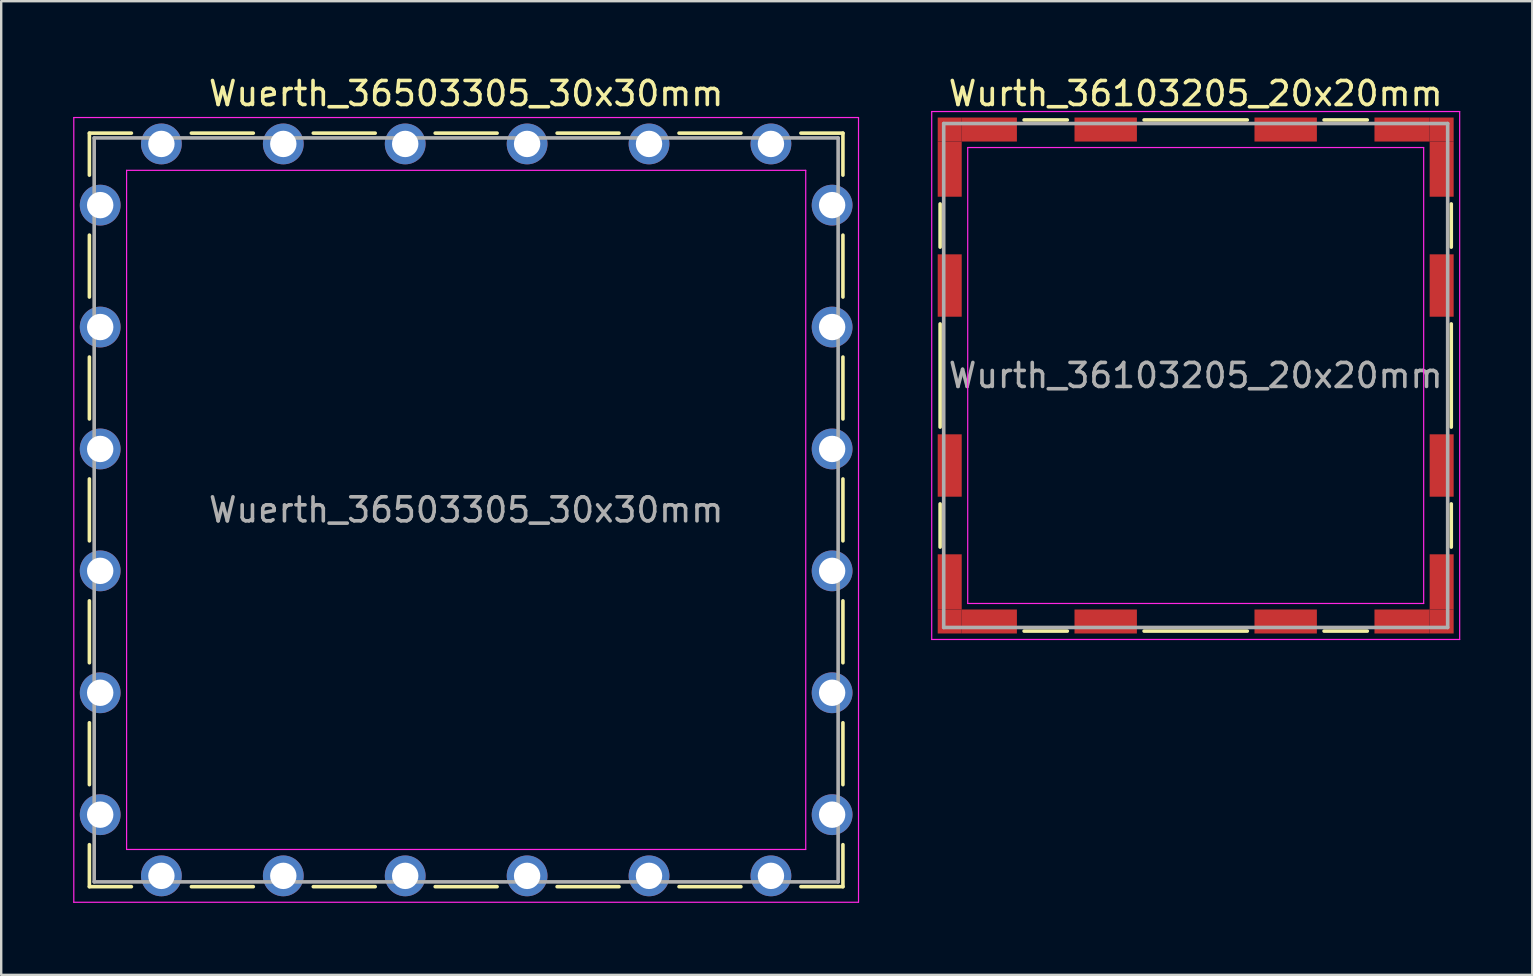
<source format=kicad_pcb>
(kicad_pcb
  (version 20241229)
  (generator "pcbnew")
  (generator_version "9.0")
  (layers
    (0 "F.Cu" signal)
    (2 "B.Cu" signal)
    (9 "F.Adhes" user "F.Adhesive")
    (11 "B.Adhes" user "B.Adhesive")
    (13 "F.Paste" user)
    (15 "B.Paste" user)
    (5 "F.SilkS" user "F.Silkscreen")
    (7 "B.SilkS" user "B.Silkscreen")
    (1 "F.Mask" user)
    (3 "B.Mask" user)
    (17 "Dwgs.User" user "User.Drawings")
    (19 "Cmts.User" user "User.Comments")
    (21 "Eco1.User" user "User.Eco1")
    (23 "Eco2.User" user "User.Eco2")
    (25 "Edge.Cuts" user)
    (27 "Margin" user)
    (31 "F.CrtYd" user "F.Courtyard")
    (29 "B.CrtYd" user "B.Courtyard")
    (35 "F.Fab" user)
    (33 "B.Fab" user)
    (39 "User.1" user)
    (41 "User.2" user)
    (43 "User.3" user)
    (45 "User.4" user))
  (footprint "Wurth_36103205_20x20mm"
    (layer "F.Cu")
    (at 46.775 12.598)
    (property "Reference" "Wurth_36103205_20x20mm" (at 0 -11.75 0) (layer "F.SilkS") (effects (font (size 1 1) (thickness 0.15))))
    (attr smd)
    (fp_line (start -10.65 -7.15) (end -10.65 -5.35) (stroke (width 0.15) (type solid)) (layer "F.SilkS"))
    (fp_line (start -10.65 -2.15) (end -10.65 2.15) (stroke (width 0.15) (type solid)) (layer "F.SilkS"))
    (fp_line (start -10.65 5.35) (end -10.65 7.15) (stroke (width 0.15) (type solid)) (layer "F.SilkS"))
    (fp_line (start -7.15 -10.65) (end -5.35 -10.65) (stroke (width 0.15) (type solid)) (layer "F.SilkS"))
    (fp_line (start -7.15 10.65) (end -5.35 10.65) (stroke (width 0.15) (type solid)) (layer "F.SilkS"))
    (fp_line (start -2.15 -10.65) (end 2.15 -10.65) (stroke (width 0.15) (type solid)) (layer "F.SilkS"))
    (fp_line (start -2.15 10.65) (end 2.15 10.65) (stroke (width 0.15) (type solid)) (layer "F.SilkS"))
    (fp_line (start 5.35 -10.65) (end 7.15 -10.65) (stroke (width 0.15) (type solid)) (layer "F.SilkS"))
    (fp_line (start 5.35 10.65) (end 7.15 10.65) (stroke (width 0.15) (type solid)) (layer "F.SilkS"))
    (fp_line (start 10.65 -7.15) (end 10.65 -5.35) (stroke (width 0.15) (type solid)) (layer "F.SilkS"))
    (fp_line (start 10.65 -2.15) (end 10.65 2.15) (stroke (width 0.15) (type solid)) (layer "F.SilkS"))
    (fp_line (start 10.65 5.35) (end 10.65 7.15) (stroke (width 0.15) (type solid)) (layer "F.SilkS"))
    (fp_line (start -11 -11) (end -11 11) (stroke (width 0.05) (type solid)) (layer "F.CrtYd"))
    (fp_line (start -11 11) (end 11 11) (stroke (width 0.05) (type solid)) (layer "F.CrtYd"))
    (fp_line (start -9.5 -9.5) (end -9.5 9.5) (stroke (width 0.05) (type solid)) (layer "F.CrtYd"))
    (fp_line (start -9.5 9.5) (end 9.5 9.5) (stroke (width 0.05) (type solid)) (layer "F.CrtYd"))
    (fp_line (start 9.5 -9.5) (end -9.5 -9.5) (stroke (width 0.05) (type solid)) (layer "F.CrtYd"))
    (fp_line (start 9.5 9.5) (end 9.5 -9.5) (stroke (width 0.05) (type solid)) (layer "F.CrtYd"))
    (fp_line (start 11 -11) (end -11 -11) (stroke (width 0.05) (type solid)) (layer "F.CrtYd"))
    (fp_line (start 11 11) (end 11 -11) (stroke (width 0.05) (type solid)) (layer "F.CrtYd"))
    (fp_line (start -10.5 -10.5) (end -10.5 10.5) (stroke (width 0.15) (type solid)) (layer "F.Fab"))
    (fp_line (start -10.5 10.5) (end 10.5 10.5) (stroke (width 0.15) (type solid)) (layer "F.Fab"))
    (fp_line (start 10.5 -10.5) (end -10.5 -10.5) (stroke (width 0.15) (type solid)) (layer "F.Fab"))
    (fp_line (start 10.5 10.5) (end 10.5 -10.5) (stroke (width 0.15) (type solid)) (layer "F.Fab"))
    (fp_text user "${REFERENCE}" (at 0 0 0) (layer "F.Fab") (effects (font (size 1 1) (thickness 0.15))))
    (pad "1" smd rect (at -10.25 -10.25) (size 1 1) (layers "F.Cu" "F.Mask"))
    (pad "1" smd rect (at -10.25 -8.6) (size 1 2.3) (layers "F.Cu" "F.Mask"))
    (pad "1" smd rect (at -10.25 -3.75) (size 1 2.6) (layers "F.Cu" "F.Mask"))
    (pad "1" smd rect (at -10.25 3.75) (size 1 2.6) (layers "F.Cu" "F.Mask"))
    (pad "1" smd rect (at -10.25 8.6) (size 1 2.3) (layers "F.Cu" "F.Mask"))
    (pad "1" smd rect (at -10.25 10.25) (size 1 1) (layers "F.Cu" "F.Mask"))
    (pad "1" smd rect (at -8.6 -10.25) (size 2.3 1) (layers "F.Cu" "F.Mask"))
    (pad "1" smd rect (at -8.6 10.25) (size 2.3 1) (layers "F.Cu" "F.Mask"))
    (pad "1" smd rect (at -3.75 -10.25) (size 2.6 1) (layers "F.Cu" "F.Mask"))
    (pad "1" smd rect (at -3.75 10.25) (size 2.6 1) (layers "F.Cu" "F.Mask"))
    (pad "1" smd rect (at 3.75 -10.25) (size 2.6 1) (layers "F.Cu" "F.Mask"))
    (pad "1" smd rect (at 3.75 10.25) (size 2.6 1) (layers "F.Cu" "F.Mask"))
    (pad "1" smd rect (at 8.6 -10.25) (size 2.3 1) (layers "F.Cu" "F.Mask"))
    (pad "1" smd rect (at 8.6 10.25) (size 2.3 1) (layers "F.Cu" "F.Mask"))
    (pad "1" smd rect (at 10.25 -10.25) (size 1 1) (layers "F.Cu" "F.Mask"))
    (pad "1" smd rect (at 10.25 -8.6) (size 1 2.3) (layers "F.Cu" "F.Mask"))
    (pad "1" smd rect (at 10.25 -3.75) (size 1 2.6) (layers "F.Cu" "F.Mask"))
    (pad "1" smd rect (at 10.25 3.75) (size 1 2.6) (layers "F.Cu" "F.Mask"))
    (pad "1" smd rect (at 10.25 8.6) (size 1 2.3) (layers "F.Cu" "F.Mask"))
    (pad "1" smd rect (at 10.25 10.25) (size 1 1) (layers "F.Cu" "F.Mask")))
  (footprint "Wuerth_36503305_30x30mm"
    (layer "F.Cu")
    (at 16.375 18.198)
    (property "Reference" "Wuerth_36503305_30x30mm" (at 0 -17.35 0) (layer "F.SilkS") (effects (font (size 1 1) (thickness 0.15))))
    (attr through_hole)
    (fp_line (start -15.7 -15.7) (end -13.95 -15.7) (stroke (width 0.15) (type solid)) (layer "F.SilkS"))
    (fp_line (start -15.7 -13.95) (end -15.7 -15.7) (stroke (width 0.15) (type solid)) (layer "F.SilkS"))
    (fp_line (start -15.7 -8.87) (end -15.7 -11.45) (stroke (width 0.15) (type solid)) (layer "F.SilkS"))
    (fp_line (start -15.7 -3.79) (end -15.7 -6.37) (stroke (width 0.15) (type solid)) (layer "F.SilkS"))
    (fp_line (start -15.7 -1.29) (end -15.7 1.29) (stroke (width 0.15) (type solid)) (layer "F.SilkS"))
    (fp_line (start -15.7 3.79) (end -15.7 6.37) (stroke (width 0.15) (type solid)) (layer "F.SilkS"))
    (fp_line (start -15.7 8.87) (end -15.7 11.45) (stroke (width 0.15) (type solid)) (layer "F.SilkS"))
    (fp_line (start -15.7 13.95) (end -15.7 15.7) (stroke (width 0.15) (type solid)) (layer "F.SilkS"))
    (fp_line (start -15.7 15.7) (end -13.95 15.7) (stroke (width 0.15) (type solid)) (layer "F.SilkS"))
    (fp_line (start -8.87 -15.7) (end -11.45 -15.7) (stroke (width 0.15) (type solid)) (layer "F.SilkS"))
    (fp_line (start -8.87 15.7) (end -11.45 15.7) (stroke (width 0.15) (type solid)) (layer "F.SilkS"))
    (fp_line (start -3.79 -15.7) (end -6.37 -15.7) (stroke (width 0.15) (type solid)) (layer "F.SilkS"))
    (fp_line (start -3.79 15.7) (end -6.37 15.7) (stroke (width 0.15) (type solid)) (layer "F.SilkS"))
    (fp_line (start 1.29 -15.7) (end -1.29 -15.7) (stroke (width 0.15) (type solid)) (layer "F.SilkS"))
    (fp_line (start 1.29 15.7) (end -1.29 15.7) (stroke (width 0.15) (type solid)) (layer "F.SilkS"))
    (fp_line (start 3.79 -15.7) (end 6.37 -15.7) (stroke (width 0.15) (type solid)) (layer "F.SilkS"))
    (fp_line (start 3.79 15.7) (end 6.37 15.7) (stroke (width 0.15) (type solid)) (layer "F.SilkS"))
    (fp_line (start 8.87 -15.7) (end 11.45 -15.7) (stroke (width 0.15) (type solid)) (layer "F.SilkS"))
    (fp_line (start 8.87 15.7) (end 11.45 15.7) (stroke (width 0.15) (type solid)) (layer "F.SilkS"))
    (fp_line (start 15.7 -15.7) (end 13.95 -15.7) (stroke (width 0.15) (type solid)) (layer "F.SilkS"))
    (fp_line (start 15.7 -13.95) (end 15.7 -15.7) (stroke (width 0.15) (type solid)) (layer "F.SilkS"))
    (fp_line (start 15.7 -8.87) (end 15.7 -11.45) (stroke (width 0.15) (type solid)) (layer "F.SilkS"))
    (fp_line (start 15.7 -3.79) (end 15.7 -6.37) (stroke (width 0.15) (type solid)) (layer "F.SilkS"))
    (fp_line (start 15.7 1.29) (end 15.7 -1.29) (stroke (width 0.15) (type solid)) (layer "F.SilkS"))
    (fp_line (start 15.7 3.79) (end 15.7 6.37) (stroke (width 0.15) (type solid)) (layer "F.SilkS"))
    (fp_line (start 15.7 8.87) (end 15.7 11.45) (stroke (width 0.15) (type solid)) (layer "F.SilkS"))
    (fp_line (start 15.7 13.95) (end 15.7 15.7) (stroke (width 0.15) (type solid)) (layer "F.SilkS"))
    (fp_line (start 15.7 15.7) (end 13.95 15.7) (stroke (width 0.15) (type solid)) (layer "F.SilkS"))
    (fp_line (start -16.35 -16.35) (end -16.35 16.35) (stroke (width 0.05) (type solid)) (layer "F.CrtYd"))
    (fp_line (start -16.35 16.35) (end 16.35 16.35) (stroke (width 0.05) (type solid)) (layer "F.CrtYd"))
    (fp_line (start -14.15 -14.15) (end -14.15 14.15) (stroke (width 0.05) (type solid)) (layer "F.CrtYd"))
    (fp_line (start -14.15 14.15) (end 14.15 14.15) (stroke (width 0.05) (type solid)) (layer "F.CrtYd"))
    (fp_line (start 14.15 -14.15) (end -14.15 -14.15) (stroke (width 0.05) (type solid)) (layer "F.CrtYd"))
    (fp_line (start 14.15 14.15) (end 14.15 -14.15) (stroke (width 0.05) (type solid)) (layer "F.CrtYd"))
    (fp_line (start 16.35 -16.35) (end -16.35 -16.35) (stroke (width 0.05) (type solid)) (layer "F.CrtYd"))
    (fp_line (start 16.35 16.35) (end 16.35 -16.35) (stroke (width 0.05) (type solid)) (layer "F.CrtYd"))
    (fp_line (start -15.5 -15.5) (end -15.5 15.5) (stroke (width 0.15) (type solid)) (layer "F.Fab"))
    (fp_line (start -15.5 15.5) (end 15.5 15.5) (stroke (width 0.15) (type solid)) (layer "F.Fab"))
    (fp_line (start 15.5 -15.5) (end -15.5 -15.5) (stroke (width 0.15) (type solid)) (layer "F.Fab"))
    (fp_line (start 15.5 15.5) (end 15.5 -15.5) (stroke (width 0.15) (type solid)) (layer "F.Fab"))
    (fp_text user "${REFERENCE}" (at 0 0 0) (layer "F.Fab") (effects (font (size 1 1) (thickness 0.15))))
    (pad "1" thru_hole circle (at -15.25 -12.7) (size 1.7 1.7) (drill 1.1) (layers "*.Cu" "*.Mask"))
    (pad "1" thru_hole circle (at -15.25 -7.62) (size 1.7 1.7) (drill 1.1) (layers "*.Cu" "*.Mask"))
    (pad "1" thru_hole circle (at -15.25 -2.54) (size 1.7 1.7) (drill 1.1) (layers "*.Cu" "*.Mask"))
    (pad "1" thru_hole circle (at -15.25 2.54) (size 1.7 1.7) (drill 1.1) (layers "*.Cu" "*.Mask"))
    (pad "1" thru_hole circle (at -15.25 7.62) (size 1.7 1.7) (drill 1.1) (layers "*.Cu" "*.Mask"))
    (pad "1" thru_hole circle (at -15.25 12.7) (size 1.7 1.7) (drill 1.1) (layers "*.Cu" "*.Mask"))
    (pad "1" thru_hole circle (at -12.7 -15.25) (size 1.7 1.7) (drill 1.1) (layers "*.Cu" "*.Mask"))
    (pad "1" thru_hole circle (at -12.7 15.25) (size 1.7 1.7) (drill 1.1) (layers "*.Cu" "*.Mask"))
    (pad "1" thru_hole circle (at -7.62 -15.25) (size 1.7 1.7) (drill 1.1) (layers "*.Cu" "*.Mask"))
    (pad "1" thru_hole circle (at -7.62 15.25) (size 1.7 1.7) (drill 1.1) (layers "*.Cu" "*.Mask"))
    (pad "1" thru_hole circle (at -2.54 -15.25) (size 1.7 1.7) (drill 1.1) (layers "*.Cu" "*.Mask"))
    (pad "1" thru_hole circle (at -2.54 15.25) (size 1.7 1.7) (drill 1.1) (layers "*.Cu" "*.Mask"))
    (pad "1" thru_hole circle (at 2.54 -15.25) (size 1.7 1.7) (drill 1.1) (layers "*.Cu" "*.Mask"))
    (pad "1" thru_hole circle (at 2.54 15.25) (size 1.7 1.7) (drill 1.1) (layers "*.Cu" "*.Mask"))
    (pad "1" thru_hole circle (at 7.62 -15.25) (size 1.7 1.7) (drill 1.1) (layers "*.Cu" "*.Mask"))
    (pad "1" thru_hole circle (at 7.62 15.25) (size 1.7 1.7) (drill 1.1) (layers "*.Cu" "*.Mask"))
    (pad "1" thru_hole circle (at 12.7 -15.25) (size 1.7 1.7) (drill 1.1) (layers "*.Cu" "*.Mask"))
    (pad "1" thru_hole circle (at 12.7 15.25) (size 1.7 1.7) (drill 1.1) (layers "*.Cu" "*.Mask"))
    (pad "1" thru_hole circle (at 15.25 -12.7) (size 1.7 1.7) (drill 1.1) (layers "*.Cu" "*.Mask"))
    (pad "1" thru_hole circle (at 15.25 -7.62) (size 1.7 1.7) (drill 1.1) (layers "*.Cu" "*.Mask"))
    (pad "1" thru_hole circle (at 15.25 -2.54) (size 1.7 1.7) (drill 1.1) (layers "*.Cu" "*.Mask"))
    (pad "1" thru_hole circle (at 15.25 2.54) (size 1.7 1.7) (drill 1.1) (layers "*.Cu" "*.Mask"))
    (pad "1" thru_hole circle (at 15.25 7.62) (size 1.7 1.7) (drill 1.1) (layers "*.Cu" "*.Mask"))
    (pad "1" thru_hole circle (at 15.25 12.7) (size 1.7 1.7) (drill 1.1) (layers "*.Cu" "*.Mask")))
  (gr_rect
    (start -3 -3)
    (end 60.8 37.573)
    (stroke (width 0.1) (type default))
    (fill no)
    (layer "Edge.Cuts")))
</source>
